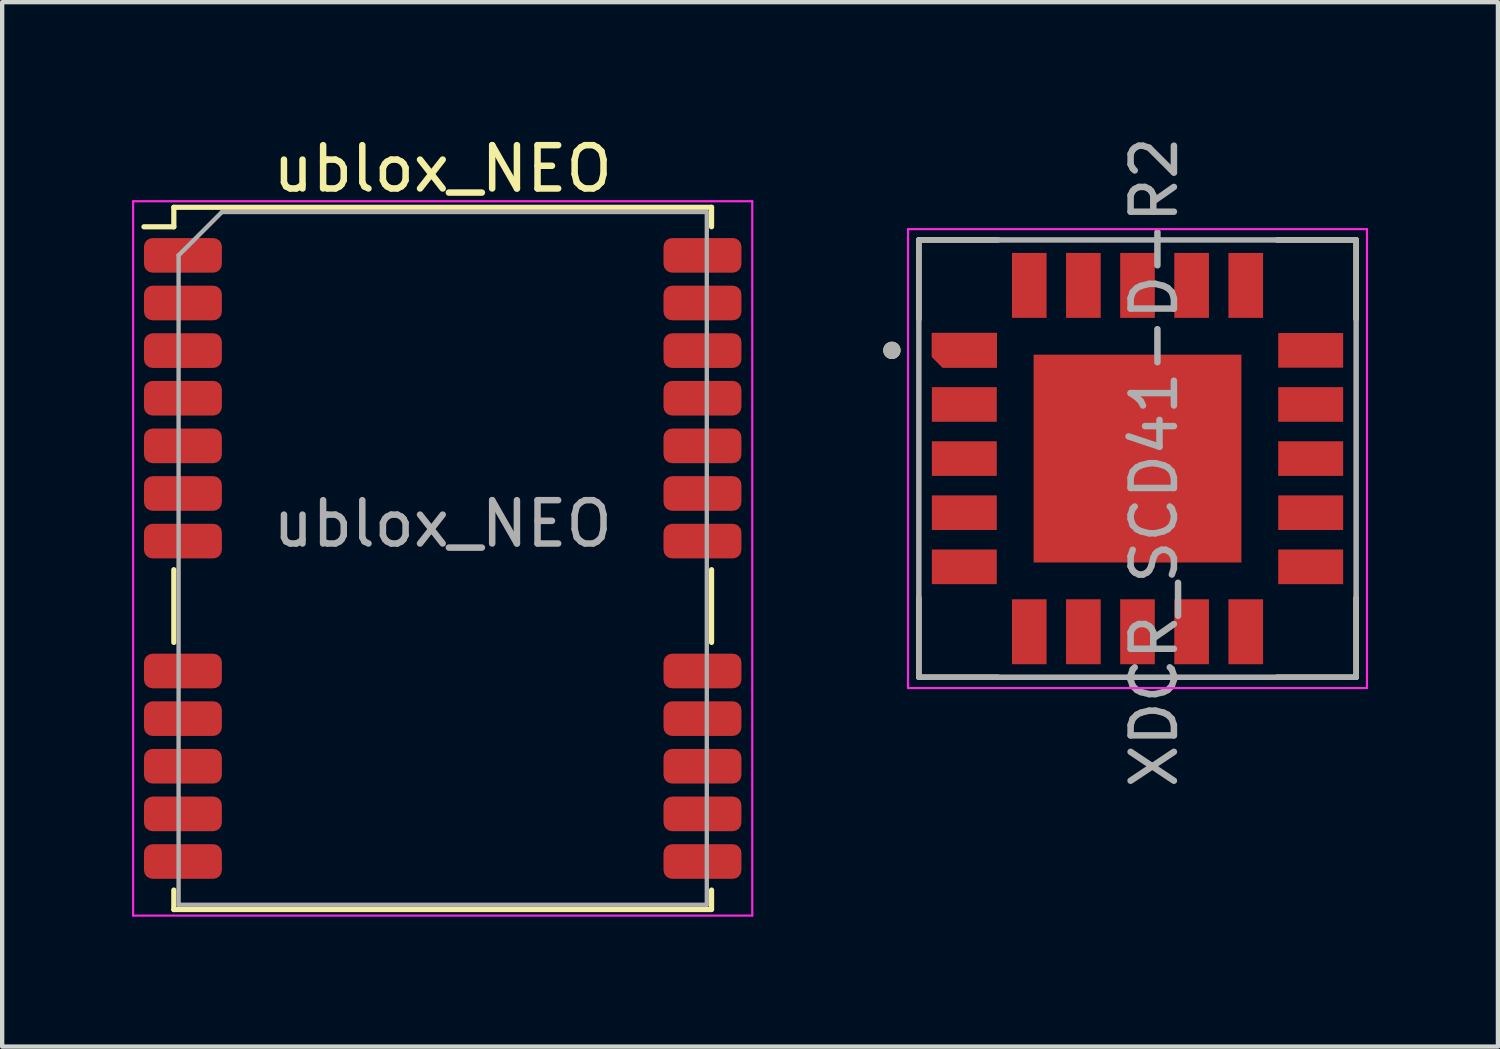
<source format=kicad_pcb>
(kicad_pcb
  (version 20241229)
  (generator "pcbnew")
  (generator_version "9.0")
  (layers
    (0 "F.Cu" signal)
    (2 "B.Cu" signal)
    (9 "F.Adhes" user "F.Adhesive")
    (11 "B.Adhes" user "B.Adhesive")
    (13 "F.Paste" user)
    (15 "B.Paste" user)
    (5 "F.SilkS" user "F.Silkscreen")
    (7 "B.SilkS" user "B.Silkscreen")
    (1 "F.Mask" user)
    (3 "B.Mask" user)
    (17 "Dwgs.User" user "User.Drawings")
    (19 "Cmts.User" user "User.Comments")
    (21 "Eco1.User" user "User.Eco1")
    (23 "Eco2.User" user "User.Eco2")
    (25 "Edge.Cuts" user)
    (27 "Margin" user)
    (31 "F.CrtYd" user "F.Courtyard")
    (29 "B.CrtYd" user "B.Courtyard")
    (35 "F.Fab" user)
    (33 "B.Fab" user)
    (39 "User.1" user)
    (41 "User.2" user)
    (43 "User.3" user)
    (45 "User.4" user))
  (footprint "XDCR_SCD41-D-R2"
    (layer "F.Cu")
    (at 23.223 7.542)
    (property "Reference" "XDCR_SCD41-D-R2" (at 0.386 0.083 90) (layer "F.Fab") (effects (font (size 1 1) (thickness 0.15))))
    (attr through_hole)
    (fp_poly (pts (xy -4.85 -1.75) (xy -3.15 -1.75) (xy -3.15 -0.75) (xy -4.85 -0.75)) (stroke (width 0.01) (type solid)) (fill yes) (layer "F.Mask"))
    (fp_poly (pts (xy -4.85 -0.5) (xy -3.15 -0.5) (xy -3.15 0.5) (xy -4.85 0.5)) (stroke (width 0.01) (type solid)) (fill yes) (layer "F.Mask"))
    (fp_poly (pts (xy -4.85 0.75) (xy -3.15 0.75) (xy -3.15 1.75) (xy -4.85 1.75)) (stroke (width 0.01) (type solid)) (fill yes) (layer "F.Mask"))
    (fp_poly (pts (xy -4.85 2) (xy -3.15 2) (xy -3.15 3) (xy -4.85 3)) (stroke (width 0.01) (type solid)) (fill yes) (layer "F.Mask"))
    (fp_poly (pts (xy -3 -4.85) (xy -2 -4.85) (xy -2 -3.15) (xy -3 -3.15)) (stroke (width 0.01) (type solid)) (fill yes) (layer "F.Mask"))
    (fp_poly (pts (xy -3 3.15) (xy -2 3.15) (xy -2 4.85) (xy -3 4.85)) (stroke (width 0.01) (type solid)) (fill yes) (layer "F.Mask"))
    (fp_poly (pts (xy -2.5 -2.5) (xy 2.5 -2.5) (xy 2.5 2.5) (xy -2.5 2.5)) (stroke (width 0.01) (type solid)) (fill yes) (layer "F.Mask"))
    (fp_poly (pts (xy -1.75 -4.85) (xy -0.75 -4.85) (xy -0.75 -3.15) (xy -1.75 -3.15)) (stroke (width 0.01) (type solid)) (fill yes) (layer "F.Mask"))
    (fp_poly (pts (xy -1.75 3.15) (xy -0.75 3.15) (xy -0.75 4.85) (xy -1.75 4.85)) (stroke (width 0.01) (type solid)) (fill yes) (layer "F.Mask"))
    (fp_poly (pts (xy -0.5 -4.85) (xy 0.5 -4.85) (xy 0.5 -3.15) (xy -0.5 -3.15)) (stroke (width 0.01) (type solid)) (fill yes) (layer "F.Mask"))
    (fp_poly (pts (xy -0.5 3.15) (xy 0.5 3.15) (xy 0.5 4.85) (xy -0.5 4.85)) (stroke (width 0.01) (type solid)) (fill yes) (layer "F.Mask"))
    (fp_poly (pts (xy 0.75 -4.85) (xy 1.75 -4.85) (xy 1.75 -3.15) (xy 0.75 -3.15)) (stroke (width 0.01) (type solid)) (fill yes) (layer "F.Mask"))
    (fp_poly (pts (xy 0.75 3.15) (xy 1.75 3.15) (xy 1.75 4.85) (xy 0.75 4.85)) (stroke (width 0.01) (type solid)) (fill yes) (layer "F.Mask"))
    (fp_poly (pts (xy 2 -4.85) (xy 3 -4.85) (xy 3 -3.15) (xy 2 -3.15)) (stroke (width 0.01) (type solid)) (fill yes) (layer "F.Mask"))
    (fp_poly (pts (xy 2 3.15) (xy 3 3.15) (xy 3 4.85) (xy 2 4.85)) (stroke (width 0.01) (type solid)) (fill yes) (layer "F.Mask"))
    (fp_poly (pts (xy 3.15 -3) (xy 4.85 -3) (xy 4.85 -2) (xy 3.15 -2)) (stroke (width 0.01) (type solid)) (fill yes) (layer "F.Mask"))
    (fp_poly (pts (xy 3.15 -1.75) (xy 4.85 -1.75) (xy 4.85 -0.75) (xy 3.15 -0.75)) (stroke (width 0.01) (type solid)) (fill yes) (layer "F.Mask"))
    (fp_poly (pts (xy 3.15 -0.5) (xy 4.85 -0.5) (xy 4.85 0.5) (xy 3.15 0.5)) (stroke (width 0.01) (type solid)) (fill yes) (layer "F.Mask"))
    (fp_poly (pts (xy 3.15 0.75) (xy 4.85 0.75) (xy 4.85 1.75) (xy 3.15 1.75)) (stroke (width 0.01) (type solid)) (fill yes) (layer "F.Mask"))
    (fp_poly (pts (xy 3.15 2) (xy 4.85 2) (xy 4.85 3) (xy 3.15 3)) (stroke (width 0.01) (type solid)) (fill yes) (layer "F.Mask"))
    (fp_poly (pts (xy -4.85 -3) (xy -4.85 -2) (xy -3.15 -2) (xy -3.15 -2.72) (xy -3.43 -3)) (stroke (width 0.01) (type solid)) (fill yes) (layer "F.Mask"))
    (fp_line (start -5.05 -5.05) (end -5.05 -3.22) (stroke (width 0.127) (type solid)) (layer "F.SilkS"))
    (fp_line (start -5.05 -5.05) (end -3.22 -5.05) (stroke (width 0.127) (type solid)) (layer "F.SilkS"))
    (fp_line (start -5.05 5.05) (end -5.05 3.22) (stroke (width 0.127) (type solid)) (layer "F.SilkS"))
    (fp_line (start -3.22 5.05) (end -5.05 5.05) (stroke (width 0.127) (type solid)) (layer "F.SilkS"))
    (fp_line (start 3.22 -5.05) (end 5.05 -5.05) (stroke (width 0.127) (type solid)) (layer "F.SilkS"))
    (fp_line (start 5.05 -5.05) (end 5.05 -3.22) (stroke (width 0.127) (type solid)) (layer "F.SilkS"))
    (fp_line (start 5.05 5.05) (end 3.22 5.05) (stroke (width 0.127) (type solid)) (layer "F.SilkS"))
    (fp_line (start 5.05 5.05) (end 5.05 3.22) (stroke (width 0.127) (type solid)) (layer "F.SilkS"))
    (fp_circle (center -5.673 -2.5) (end -5.573 -2.5) (stroke (width 0.2) (type solid)) (fill no) (layer "F.SilkS"))
    (fp_poly (pts (xy -4.625 -1.525) (xy -3.375 -1.525) (xy -3.375 -0.975) (xy -4.625 -0.975)) (stroke (width 0.01) (type solid)) (fill yes) (layer "F.Paste"))
    (fp_poly (pts (xy -4.625 -0.275) (xy -3.375 -0.275) (xy -3.375 0.275) (xy -4.625 0.275)) (stroke (width 0.01) (type solid)) (fill yes) (layer "F.Paste"))
    (fp_poly (pts (xy -4.625 0.975) (xy -3.375 0.975) (xy -3.375 1.525) (xy -4.625 1.525)) (stroke (width 0.01) (type solid)) (fill yes) (layer "F.Paste"))
    (fp_poly (pts (xy -4.625 2.225) (xy -3.375 2.225) (xy -3.375 2.775) (xy -4.625 2.775)) (stroke (width 0.01) (type solid)) (fill yes) (layer "F.Paste"))
    (fp_poly (pts (xy -2.775 -4.625) (xy -2.225 -4.625) (xy -2.225 -3.375) (xy -2.775 -3.375)) (stroke (width 0.01) (type solid)) (fill yes) (layer "F.Paste"))
    (fp_poly (pts (xy -2.775 3.375) (xy -2.225 3.375) (xy -2.225 4.625) (xy -2.775 4.625)) (stroke (width 0.01) (type solid)) (fill yes) (layer "F.Paste"))
    (fp_poly (pts (xy -2.15 -2.15) (xy -0.35 -2.15) (xy -0.35 -0.35) (xy -2.15 -0.35)) (stroke (width 0.01) (type solid)) (fill yes) (layer "F.Paste"))
    (fp_poly (pts (xy -2.15 0.35) (xy -0.35 0.35) (xy -0.35 2.15) (xy -2.15 2.15)) (stroke (width 0.01) (type solid)) (fill yes) (layer "F.Paste"))
    (fp_poly (pts (xy -1.525 -4.625) (xy -0.975 -4.625) (xy -0.975 -3.375) (xy -1.525 -3.375)) (stroke (width 0.01) (type solid)) (fill yes) (layer "F.Paste"))
    (fp_poly (pts (xy -1.525 3.375) (xy -0.975 3.375) (xy -0.975 4.625) (xy -1.525 4.625)) (stroke (width 0.01) (type solid)) (fill yes) (layer "F.Paste"))
    (fp_poly (pts (xy -0.275 -4.625) (xy 0.275 -4.625) (xy 0.275 -3.375) (xy -0.275 -3.375)) (stroke (width 0.01) (type solid)) (fill yes) (layer "F.Paste"))
    (fp_poly (pts (xy -0.275 3.375) (xy 0.275 3.375) (xy 0.275 4.625) (xy -0.275 4.625)) (stroke (width 0.01) (type solid)) (fill yes) (layer "F.Paste"))
    (fp_poly (pts (xy 0.35 -2.15) (xy 2.15 -2.15) (xy 2.15 -0.35) (xy 0.35 -0.35)) (stroke (width 0.01) (type solid)) (fill yes) (layer "F.Paste"))
    (fp_poly (pts (xy 0.35 0.35) (xy 2.15 0.35) (xy 2.15 2.15) (xy 0.35 2.15)) (stroke (width 0.01) (type solid)) (fill yes) (layer "F.Paste"))
    (fp_poly (pts (xy 0.975 -4.625) (xy 1.525 -4.625) (xy 1.525 -3.375) (xy 0.975 -3.375)) (stroke (width 0.01) (type solid)) (fill yes) (layer "F.Paste"))
    (fp_poly (pts (xy 0.975 3.375) (xy 1.525 3.375) (xy 1.525 4.625) (xy 0.975 4.625)) (stroke (width 0.01) (type solid)) (fill yes) (layer "F.Paste"))
    (fp_poly (pts (xy 2.225 -4.625) (xy 2.775 -4.625) (xy 2.775 -3.375) (xy 2.225 -3.375)) (stroke (width 0.01) (type solid)) (fill yes) (layer "F.Paste"))
    (fp_poly (pts (xy 2.225 3.375) (xy 2.775 3.375) (xy 2.775 4.625) (xy 2.225 4.625)) (stroke (width 0.01) (type solid)) (fill yes) (layer "F.Paste"))
    (fp_poly (pts (xy 3.375 -2.775) (xy 4.625 -2.775) (xy 4.625 -2.225) (xy 3.375 -2.225)) (stroke (width 0.01) (type solid)) (fill yes) (layer "F.Paste"))
    (fp_poly (pts (xy 3.375 -1.525) (xy 4.625 -1.525) (xy 4.625 -0.975) (xy 3.375 -0.975)) (stroke (width 0.01) (type solid)) (fill yes) (layer "F.Paste"))
    (fp_poly (pts (xy 3.375 -0.275) (xy 4.625 -0.275) (xy 4.625 0.275) (xy 3.375 0.275)) (stroke (width 0.01) (type solid)) (fill yes) (layer "F.Paste"))
    (fp_poly (pts (xy 3.375 0.975) (xy 4.625 0.975) (xy 4.625 1.525) (xy 3.375 1.525)) (stroke (width 0.01) (type solid)) (fill yes) (layer "F.Paste"))
    (fp_poly (pts (xy 3.375 2.225) (xy 4.625 2.225) (xy 4.625 2.775) (xy 3.375 2.775)) (stroke (width 0.01) (type solid)) (fill yes) (layer "F.Paste"))
    (fp_poly (pts (xy -3.375 -2.225) (xy -4.625 -2.225) (xy -4.625 -2.775) (xy -3.555 -2.775) (xy -3.375 -2.595)) (stroke (width 0.01) (type solid)) (fill yes) (layer "F.Paste"))
    (fp_line (start -5.3 -5.3) (end -5.3 5.3) (stroke (width 0.05) (type solid)) (layer "F.CrtYd"))
    (fp_line (start -5.3 5.3) (end 5.3 5.3) (stroke (width 0.05) (type solid)) (layer "F.CrtYd"))
    (fp_line (start 5.3 -5.3) (end -5.3 -5.3) (stroke (width 0.05) (type solid)) (layer "F.CrtYd"))
    (fp_line (start 5.3 5.3) (end 5.3 -5.3) (stroke (width 0.05) (type solid)) (layer "F.CrtYd"))
    (fp_line (start -5.05 -5.05) (end 5.05 -5.05) (stroke (width 0.127) (type solid)) (layer "F.Fab"))
    (fp_line (start -5.05 5.05) (end -5.05 -5.05) (stroke (width 0.127) (type solid)) (layer "F.Fab"))
    (fp_line (start 5.05 -5.05) (end 5.05 5.05) (stroke (width 0.127) (type solid)) (layer "F.Fab"))
    (fp_line (start 5.05 5.05) (end -5.05 5.05) (stroke (width 0.127) (type solid)) (layer "F.Fab"))
    (fp_circle (center -5.673 -2.5) (end -5.573 -2.5) (stroke (width 0.2) (type solid)) (fill no) (layer "F.Fab"))
    (pad "1" smd custom (at -4 -2.5 180) (size 0.5 0.5) (layers "F.Cu") (options (anchor rect)) (primitives (gr_poly (pts (xy 0.75 0.4) (xy -0.75 0.4) (xy -0.75 -0.4) (xy 0.5 -0.4) (xy 0.75 -0.15)) (width 0.01) (fill yes))))
    (pad "2" smd rect (at -4 -1.25 180) (size 1.5 0.8) (layers "F.Cu"))
    (pad "3" smd rect (at -4 0 180) (size 1.5 0.8) (layers "F.Cu"))
    (pad "4" smd rect (at -4 1.25 180) (size 1.5 0.8) (layers "F.Cu"))
    (pad "5" smd rect (at -4 2.5 180) (size 1.5 0.8) (layers "F.Cu"))
    (pad "6" smd rect (at -2.5 4 180) (size 0.8 1.5) (layers "F.Cu"))
    (pad "7" smd rect (at -1.25 4 180) (size 0.8 1.5) (layers "F.Cu"))
    (pad "8" smd rect (at 0 4 180) (size 0.8 1.5) (layers "F.Cu"))
    (pad "9" smd rect (at 1.25 4 180) (size 0.8 1.5) (layers "F.Cu"))
    (pad "10" smd rect (at 2.5 4 180) (size 0.8 1.5) (layers "F.Cu"))
    (pad "11" smd rect (at 4 2.5 180) (size 1.5 0.8) (layers "F.Cu"))
    (pad "12" smd rect (at 4 1.25 180) (size 1.5 0.8) (layers "F.Cu"))
    (pad "13" smd rect (at 4 0 180) (size 1.5 0.8) (layers "F.Cu"))
    (pad "14" smd rect (at 4 -1.25 180) (size 1.5 0.8) (layers "F.Cu"))
    (pad "15" smd rect (at 4 -2.5 180) (size 1.5 0.8) (layers "F.Cu"))
    (pad "16" smd rect (at 2.5 -4 180) (size 0.8 1.5) (layers "F.Cu"))
    (pad "17" smd rect (at 1.25 -4 180) (size 0.8 1.5) (layers "F.Cu"))
    (pad "18" smd rect (at 0 -4 180) (size 0.8 1.5) (layers "F.Cu"))
    (pad "19" smd rect (at -1.25 -4 180) (size 0.8 1.5) (layers "F.Cu"))
    (pad "20" smd rect (at -2.5 -4 180) (size 0.8 1.5) (layers "F.Cu"))
    (pad "21" smd rect (at 0 0 180) (size 4.8 4.8) (layers "F.Cu")))
  (footprint "ublox_NEO"
    (layer "F.Cu")
    (at 7.175 9.848)
    (property "Reference" "ublox_NEO" (at 0 -9 0) (layer "F.SilkS") (effects (font (size 1 1) (thickness 0.15))))
    (attr smd)
    (fp_line (start -6.9 -7.66) (end -6.21 -7.66) (stroke (width 0.12) (type solid)) (layer "F.SilkS"))
    (fp_line (start -6.21 -8.11) (end -6.21 -7.66) (stroke (width 0.12) (type solid)) (layer "F.SilkS"))
    (fp_line (start -6.21 -8.11) (end 6.21 -8.11) (stroke (width 0.12) (type solid)) (layer "F.SilkS"))
    (fp_line (start -6.21 0.26) (end -6.21 1.94) (stroke (width 0.12) (type solid)) (layer "F.SilkS"))
    (fp_line (start -6.21 7.66) (end -6.21 8.11) (stroke (width 0.12) (type solid)) (layer "F.SilkS"))
    (fp_line (start -6.21 8.11) (end 6.21 8.11) (stroke (width 0.12) (type solid)) (layer "F.SilkS"))
    (fp_line (start 6.21 -8.11) (end 6.21 -7.66) (stroke (width 0.12) (type solid)) (layer "F.SilkS"))
    (fp_line (start 6.21 0.26) (end 6.21 1.94) (stroke (width 0.12) (type solid)) (layer "F.SilkS"))
    (fp_line (start 6.21 7.66) (end 6.21 8.1) (stroke (width 0.12) (type solid)) (layer "F.SilkS"))
    (fp_line (start -7.15 -8.25) (end -7.15 8.25) (stroke (width 0.05) (type solid)) (layer "F.CrtYd"))
    (fp_line (start -7.15 -8.25) (end 7.15 -8.25) (stroke (width 0.05) (type solid)) (layer "F.CrtYd"))
    (fp_line (start -7.15 8.25) (end 7.15 8.25) (stroke (width 0.05) (type solid)) (layer "F.CrtYd"))
    (fp_line (start 7.15 -8.25) (end 7.15 8.25) (stroke (width 0.05) (type solid)) (layer "F.CrtYd"))
    (fp_line (start -6.1 -7) (end -6.1 8) (stroke (width 0.1) (type solid)) (layer "F.Fab"))
    (fp_line (start -6.1 8) (end 6.1 8) (stroke (width 0.1) (type solid)) (layer "F.Fab"))
    (fp_line (start -5.1 -8) (end -6.1 -7) (stroke (width 0.1) (type solid)) (layer "F.Fab"))
    (fp_line (start -5.1 -8) (end 6.1 -8) (stroke (width 0.1) (type solid)) (layer "F.Fab"))
    (fp_line (start 6.1 -8) (end 6.1 8) (stroke (width 0.1) (type solid)) (layer "F.Fab"))
    (fp_text user "${REFERENCE}" (at 0 -0.8 0) (layer "F.Fab") (effects (font (size 1 1) (thickness 0.15))))
    (pad "1" smd roundrect (at -6 -7) (size 1.8 0.8) (layers "F.Cu" "F.Mask" "F.Paste") (roundrect_rratio 0.25))
    (pad "2" smd roundrect (at -6 -5.9) (size 1.8 0.8) (layers "F.Cu" "F.Mask" "F.Paste") (roundrect_rratio 0.25))
    (pad "3" smd roundrect (at -6 -4.8) (size 1.8 0.8) (layers "F.Cu" "F.Mask" "F.Paste") (roundrect_rratio 0.25))
    (pad "4" smd roundrect (at -6 -3.7) (size 1.8 0.8) (layers "F.Cu" "F.Mask" "F.Paste") (roundrect_rratio 0.25))
    (pad "5" smd roundrect (at -6 -2.6) (size 1.8 0.8) (layers "F.Cu" "F.Mask" "F.Paste") (roundrect_rratio 0.25))
    (pad "6" smd roundrect (at -6 -1.5) (size 1.8 0.8) (layers "F.Cu" "F.Mask" "F.Paste") (roundrect_rratio 0.25))
    (pad "7" smd roundrect (at -6 -0.4) (size 1.8 0.8) (layers "F.Cu" "F.Mask" "F.Paste") (roundrect_rratio 0.25))
    (pad "8" smd roundrect (at -6 2.6) (size 1.8 0.8) (layers "F.Cu" "F.Mask" "F.Paste") (roundrect_rratio 0.25))
    (pad "9" smd roundrect (at -6 3.7) (size 1.8 0.8) (layers "F.Cu" "F.Mask" "F.Paste") (roundrect_rratio 0.25))
    (pad "10" smd roundrect (at -6 4.8) (size 1.8 0.8) (layers "F.Cu" "F.Mask" "F.Paste") (roundrect_rratio 0.25))
    (pad "11" smd roundrect (at -6 5.9) (size 1.8 0.8) (layers "F.Cu" "F.Mask" "F.Paste") (roundrect_rratio 0.25))
    (pad "12" smd roundrect (at -6 7) (size 1.8 0.8) (layers "F.Cu" "F.Mask" "F.Paste") (roundrect_rratio 0.25))
    (pad "13" smd roundrect (at 6 7) (size 1.8 0.8) (layers "F.Cu" "F.Mask" "F.Paste") (roundrect_rratio 0.25))
    (pad "14" smd roundrect (at 6 5.9) (size 1.8 0.8) (layers "F.Cu" "F.Mask" "F.Paste") (roundrect_rratio 0.25))
    (pad "15" smd roundrect (at 6 4.8) (size 1.8 0.8) (layers "F.Cu" "F.Mask" "F.Paste") (roundrect_rratio 0.25))
    (pad "16" smd roundrect (at 6 3.7) (size 1.8 0.8) (layers "F.Cu" "F.Mask" "F.Paste") (roundrect_rratio 0.25))
    (pad "17" smd roundrect (at 6 2.6) (size 1.8 0.8) (layers "F.Cu" "F.Mask" "F.Paste") (roundrect_rratio 0.25))
    (pad "18" smd roundrect (at 6 -0.4) (size 1.8 0.8) (layers "F.Cu" "F.Mask" "F.Paste") (roundrect_rratio 0.25))
    (pad "19" smd roundrect (at 6 -1.5) (size 1.8 0.8) (layers "F.Cu" "F.Mask" "F.Paste") (roundrect_rratio 0.25))
    (pad "20" smd roundrect (at 6 -2.6) (size 1.8 0.8) (layers "F.Cu" "F.Mask" "F.Paste") (roundrect_rratio 0.25))
    (pad "21" smd roundrect (at 6 -3.7) (size 1.8 0.8) (layers "F.Cu" "F.Mask" "F.Paste") (roundrect_rratio 0.25))
    (pad "22" smd roundrect (at 6 -4.8) (size 1.8 0.8) (layers "F.Cu" "F.Mask" "F.Paste") (roundrect_rratio 0.25))
    (pad "23" smd roundrect (at 6 -5.9) (size 1.8 0.8) (layers "F.Cu" "F.Mask" "F.Paste") (roundrect_rratio 0.25))
    (pad "24" smd roundrect (at 6 -7) (size 1.8 0.8) (layers "F.Cu" "F.Mask" "F.Paste") (roundrect_rratio 0.25)))
  (gr_rect
    (start -3 -3)
    (end 31.548 21.123)
    (stroke (width 0.1) (type default))
    (fill no)
    (layer "Edge.Cuts")))
</source>
